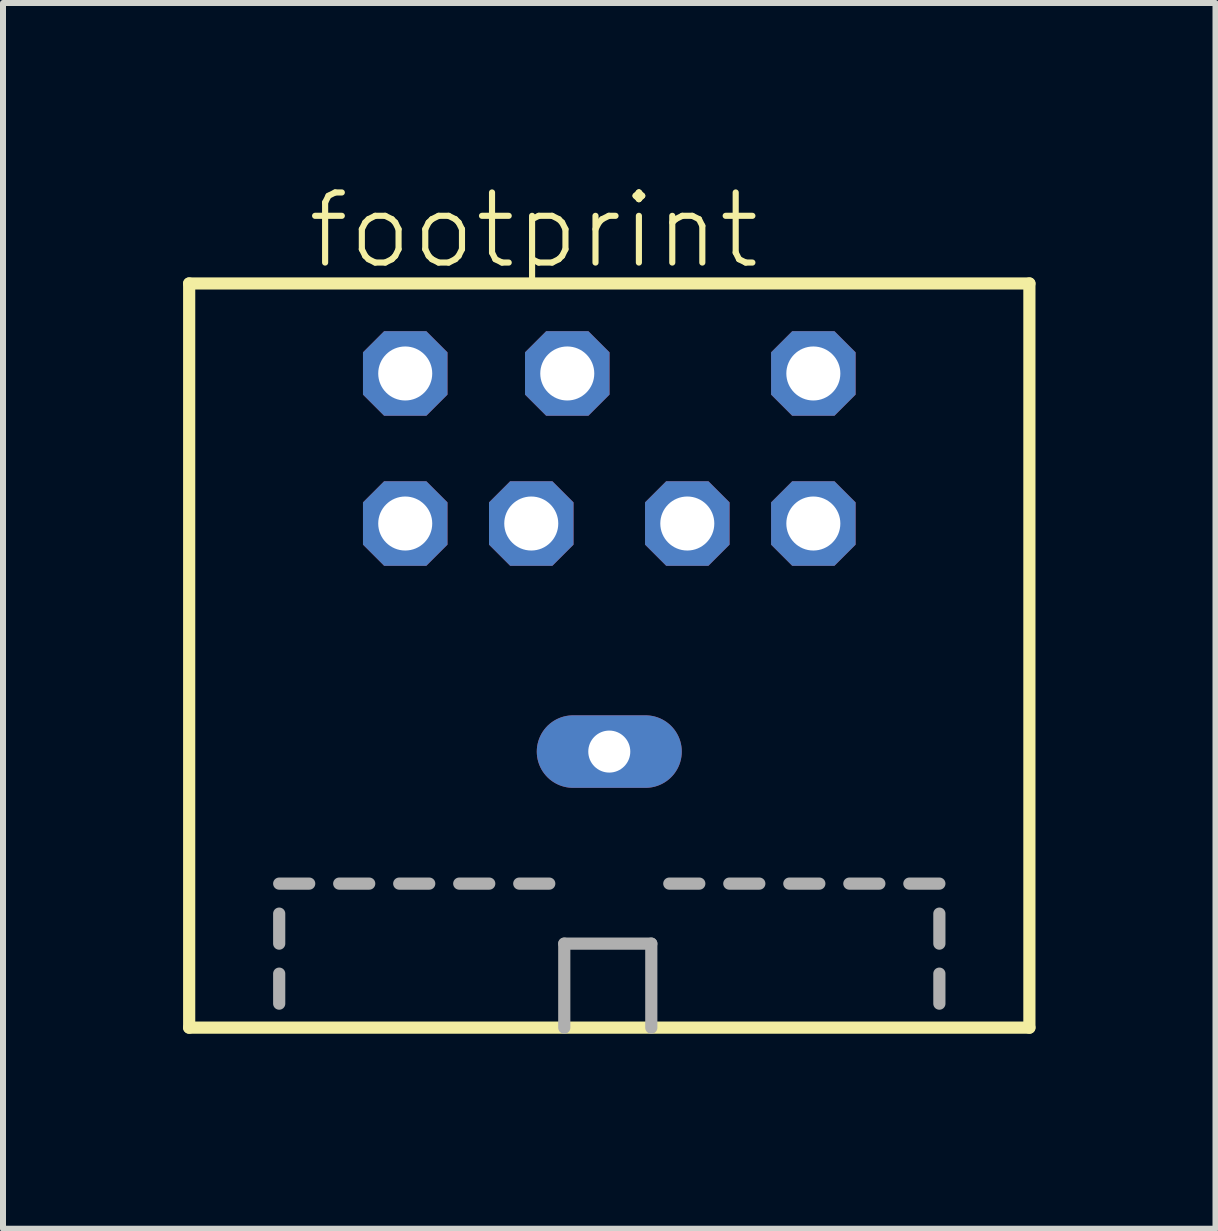
<source format=kicad_pcb>
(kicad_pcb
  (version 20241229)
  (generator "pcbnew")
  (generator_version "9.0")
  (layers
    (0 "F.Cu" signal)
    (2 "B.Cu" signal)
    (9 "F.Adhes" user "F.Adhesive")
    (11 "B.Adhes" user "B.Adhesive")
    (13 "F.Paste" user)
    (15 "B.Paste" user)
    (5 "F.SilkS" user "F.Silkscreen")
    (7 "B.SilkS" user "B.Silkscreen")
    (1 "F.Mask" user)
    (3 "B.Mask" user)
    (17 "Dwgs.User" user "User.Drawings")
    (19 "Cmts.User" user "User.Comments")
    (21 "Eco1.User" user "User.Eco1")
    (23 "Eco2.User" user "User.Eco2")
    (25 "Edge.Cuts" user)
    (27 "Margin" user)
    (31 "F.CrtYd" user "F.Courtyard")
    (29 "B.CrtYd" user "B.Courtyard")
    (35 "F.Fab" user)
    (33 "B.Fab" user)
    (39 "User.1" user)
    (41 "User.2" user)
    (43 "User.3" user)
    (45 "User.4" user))
  (footprint "footprint"
    (layer "F.Cu")
    (at 7.102 14.173)
    (property "Reference" "footprint" (at -5.08 -12.7 0) (layer "F.SilkS") (effects (font (size 1.168 1.168) (thickness 0.102)) (justify left bottom)))
    (fp_line (start -7 -12.5) (end -7 -0.1) (stroke (width 0.203) (type solid)) (layer "F.SilkS"))
    (fp_line (start -7 -0.1) (end 7 -0.1) (stroke (width 0.203) (type solid)) (layer "F.SilkS"))
    (fp_line (start 7 -12.5) (end -7 -12.5) (stroke (width 0.203) (type solid)) (layer "F.SilkS"))
    (fp_line (start 7 -0.1) (end 7 -12.5) (stroke (width 0.203) (type solid)) (layer "F.SilkS"))
    (fp_line (start -5.5 -2.5) (end -5 -2.5) (stroke (width 0.203) (type solid)) (layer "F.Fab"))
    (fp_line (start -5.5 -1.5) (end -5.5 -2) (stroke (width 0.203) (type solid)) (layer "F.Fab"))
    (fp_line (start -5.5 -0.5) (end -5.5 -1) (stroke (width 0.203) (type solid)) (layer "F.Fab"))
    (fp_line (start -4.5 -2.5) (end -4 -2.5) (stroke (width 0.203) (type solid)) (layer "F.Fab"))
    (fp_line (start -3.5 -2.5) (end -3 -2.5) (stroke (width 0.203) (type solid)) (layer "F.Fab"))
    (fp_line (start -2.5 -2.5) (end -2 -2.5) (stroke (width 0.203) (type solid)) (layer "F.Fab"))
    (fp_line (start -1.5 -2.5) (end -1 -2.5) (stroke (width 0.203) (type solid)) (layer "F.Fab"))
    (fp_line (start -0.75 -1.5) (end 0.7 -1.5) (stroke (width 0.203) (type solid)) (layer "F.Fab"))
    (fp_line (start -0.75 -0.1) (end -0.75 -1.5) (stroke (width 0.203) (type solid)) (layer "F.Fab"))
    (fp_line (start 0.7 -1.5) (end 0.7 -0.1) (stroke (width 0.203) (type solid)) (layer "F.Fab"))
    (fp_line (start 1 -2.5) (end 1.5 -2.5) (stroke (width 0.203) (type solid)) (layer "F.Fab"))
    (fp_line (start 2 -2.5) (end 2.5 -2.5) (stroke (width 0.203) (type solid)) (layer "F.Fab"))
    (fp_line (start 3 -2.5) (end 3.5 -2.5) (stroke (width 0.203) (type solid)) (layer "F.Fab"))
    (fp_line (start 4 -2.5) (end 4.5 -2.5) (stroke (width 0.203) (type solid)) (layer "F.Fab"))
    (fp_line (start 5 -2.5) (end 5.5 -2.5) (stroke (width 0.203) (type solid)) (layer "F.Fab"))
    (fp_line (start 5.5 -1.5) (end 5.5 -2) (stroke (width 0.203) (type solid)) (layer "F.Fab"))
    (fp_line (start 5.5 -0.5) (end 5.5 -1) (stroke (width 0.203) (type solid)) (layer "F.Fab"))
    (pad "1" thru_hole roundrect (at 1.3 -8.5) (size 1.408 1.408) (drill 0.9) (layers "*.Cu" "*.Mask") (roundrect_rratio 0.25) (chamfer_ratio 0.25) (chamfer top_left top_right bottom_left bottom_right))
    (pad "2" thru_hole roundrect (at -1.3 -8.5) (size 1.408 1.408) (drill 0.9) (layers "*.Cu" "*.Mask") (roundrect_rratio 0.25) (chamfer_ratio 0.25) (chamfer top_left top_right bottom_left bottom_right))
    (pad "3" thru_hole roundrect (at 3.4 -8.5) (size 1.408 1.408) (drill 0.9) (layers "*.Cu" "*.Mask") (roundrect_rratio 0.25) (chamfer_ratio 0.25) (chamfer top_left top_right bottom_left bottom_right))
    (pad "4" thru_hole roundrect (at -3.4 -8.5) (size 1.408 1.408) (drill 0.9) (layers "*.Cu" "*.Mask") (roundrect_rratio 0.25) (chamfer_ratio 0.25) (chamfer top_left top_right bottom_left bottom_right))
    (pad "5" thru_hole roundrect (at 3.4 -11) (size 1.408 1.408) (drill 0.9) (layers "*.Cu" "*.Mask") (roundrect_rratio 0.25) (chamfer_ratio 0.25) (chamfer top_left top_right bottom_left bottom_right))
    (pad "6" thru_hole roundrect (at -0.7 -11) (size 1.408 1.408) (drill 0.9) (layers "*.Cu" "*.Mask") (roundrect_rratio 0.25) (chamfer_ratio 0.25) (chamfer top_left top_right bottom_left bottom_right))
    (pad "7" thru_hole roundrect (at -3.4 -11) (size 1.408 1.408) (drill 0.9) (layers "*.Cu" "*.Mask") (roundrect_rratio 0.25) (chamfer_ratio 0.25) (chamfer top_left top_right bottom_left bottom_right))
    (pad "M" thru_hole oval (at 0 -4.7) (size 2.416 1.208) (drill 0.7) (layers "*.Cu" "*.Mask")))
  (gr_rect
    (start -3 -3)
    (end 17.203 17.423)
    (stroke (width 0.1) (type default))
    (fill no)
    (layer "Edge.Cuts")))
</source>
